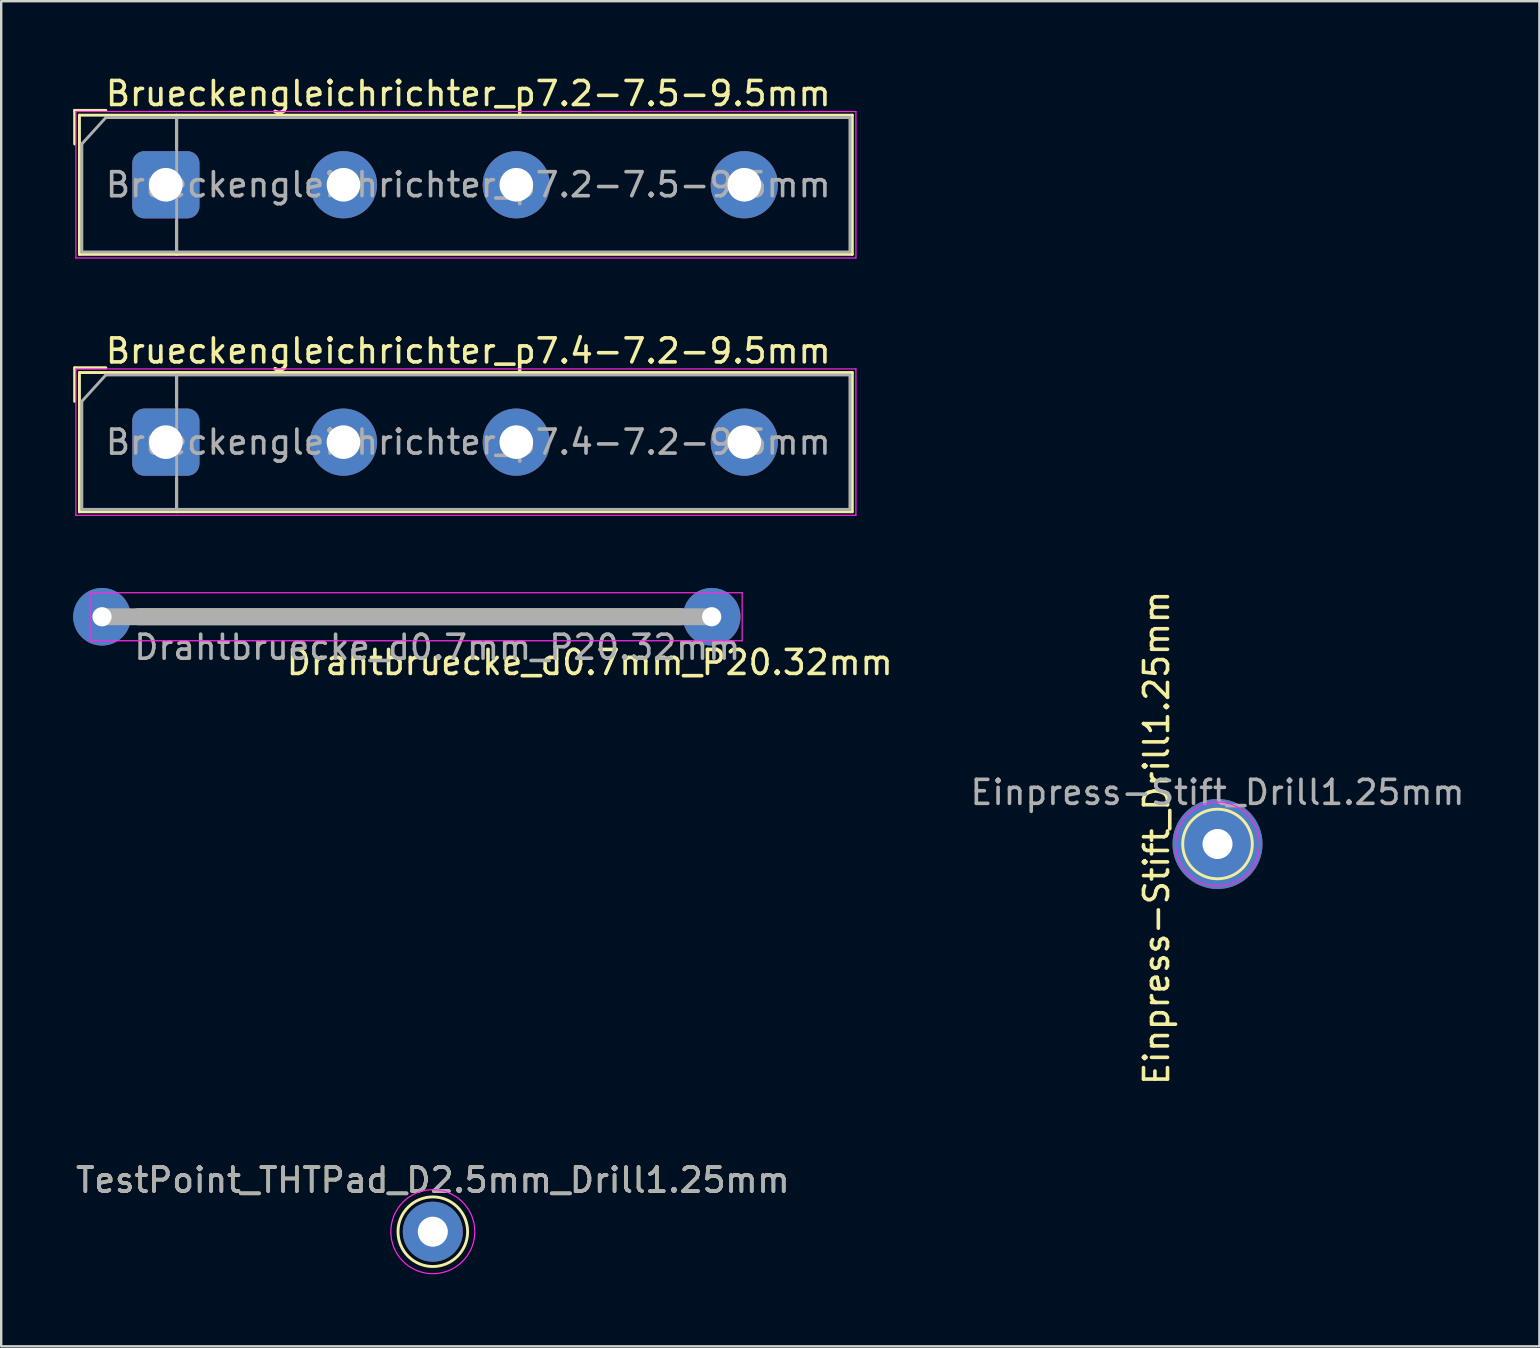
<source format=kicad_pcb>
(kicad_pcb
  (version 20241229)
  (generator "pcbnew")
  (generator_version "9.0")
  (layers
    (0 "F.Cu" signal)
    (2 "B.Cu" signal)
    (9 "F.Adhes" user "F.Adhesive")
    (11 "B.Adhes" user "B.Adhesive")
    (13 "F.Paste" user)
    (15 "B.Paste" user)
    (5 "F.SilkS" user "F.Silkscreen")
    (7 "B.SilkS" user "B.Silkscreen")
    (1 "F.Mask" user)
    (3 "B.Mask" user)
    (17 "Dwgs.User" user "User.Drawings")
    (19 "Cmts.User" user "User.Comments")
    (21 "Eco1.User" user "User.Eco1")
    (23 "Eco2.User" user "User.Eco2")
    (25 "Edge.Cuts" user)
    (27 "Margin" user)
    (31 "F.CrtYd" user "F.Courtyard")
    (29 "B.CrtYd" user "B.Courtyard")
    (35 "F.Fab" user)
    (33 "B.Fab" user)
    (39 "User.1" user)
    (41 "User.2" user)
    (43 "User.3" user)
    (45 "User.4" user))
  (footprint "Drahtbruecke_d0.7mm_P20.32mm"
    (layer "F.Cu")
    (at 1.2 22.646)
    (property "Reference" "Drahtbruecke_d0.7mm_P20.32mm" (at 20.32 1.905 180) (layer "F.SilkS") (effects (font (size 1 1) (thickness 0.15))))
    (attr through_hole)
    (fp_line (start 18.88 0) (end 18.03 0) (stroke (width 0.12) (type solid)) (layer "F.SilkS"))
    (fp_line (start 24.13 0) (end 1.5 0) (stroke (width 0.7) (type solid)) (layer "F.SilkS"))
    (fp_line (start -0.5 -1) (end -0.5 1) (stroke (width 0.05) (type solid)) (layer "F.CrtYd"))
    (fp_line (start -0.5 1) (end 26.67 1) (stroke (width 0.05) (type solid)) (layer "F.CrtYd"))
    (fp_line (start 26.67 -1) (end -0.5 -1) (stroke (width 0.05) (type solid)) (layer "F.CrtYd"))
    (fp_line (start 26.67 1) (end 26.67 -1) (stroke (width 0.05) (type solid)) (layer "F.CrtYd"))
    (fp_line (start 0 0) (end 2.41 0) (stroke (width 0.1) (type solid)) (layer "F.Fab"))
    (fp_line (start 20.32 0) (end 17.91 0) (stroke (width 0.1) (type solid)) (layer "F.Fab"))
    (fp_line (start 25.4 0) (end 0 0) (stroke (width 0.7) (type solid)) (layer "F.Fab"))
    (fp_text user "${REFERENCE}" (at 13.969 1.271 180) (layer "F.Fab") (effects (font (size 1 1) (thickness 0.15))))
    (pad "1" thru_hole circle (at 0 0) (size 2.4 2.4) (drill 0.8) (layers "*.Cu" "*.Mask"))
    (pad "2" thru_hole circle (at 25.4 0) (size 2.4 2.4) (drill 0.8) (layers "*.Cu" "*.Mask")))
  (footprint "Einpress-Stift_Drill1.25mm"
    (layer "F.Cu")
    (at 47.675 32.113)
    (property "Reference" "Einpress-Stift_Drill1.25mm" (at -2.539 -0.255 90) (layer "F.SilkS") (effects (font (size 1 1) (thickness 0.15))))
    (attr through_hole)
    (fp_circle (center 0 0) (end 0 1.45) (stroke (width 0.12) (type solid)) (fill no) (layer "F.SilkS"))
    (fp_circle (center 0 0) (end 1.75 0) (stroke (width 0.05) (type solid)) (fill no) (layer "F.CrtYd"))
    (fp_text user "${REFERENCE}" (at 0 -2.15 0) (layer "F.Fab") (effects (font (size 1 1) (thickness 0.15))))
    (pad "1" thru_hole circle (at 0 0) (size 3.75 3.75) (drill 1.25) (layers "*.Cu" "*.Mask")))
  (footprint "TestPoint_THTPad_D2.5mm_Drill1.25mm"
    (layer "F.Cu")
    (at 14.982 48.266)
    (property "Reference" "TestPoint_THTPad_D2.5mm_Drill1.25mm" (at 0 -2.148 0) (layer "F.SilkS") (effects (font (size 1 1) (thickness 0.15))))
    (attr exclude_from_pos_files exclude_from_bom)
    (fp_circle (center 0 0) (end 0 1.45) (stroke (width 0.12) (type solid)) (fill no) (layer "F.SilkS"))
    (fp_circle (center 0 0) (end 1.75 0) (stroke (width 0.05) (type solid)) (fill no) (layer "F.CrtYd"))
    (fp_text user "${REFERENCE}" (at 0 -2.15 0) (layer "F.Fab") (effects (font (size 1 1) (thickness 0.15))))
    (pad "1" thru_hole circle (at 0 0) (size 2.5 2.5) (drill 1.25) (layers "*.Cu" "*.Mask")))
  (footprint "Brueckengleichrichter_p7.2-7.5-9.5mm"
    (layer "F.Cu")
    (at 3.86 4.648)
    (property "Reference" "Brueckengleichrichter_p7.2-7.5-9.5mm" (at 12.6 -3.8 0) (layer "F.SilkS") (effects (font (size 1 1) (thickness 0.15))))
    (attr through_hole)
    (fp_line (start -3.8 -3.1) (end -2.5 -3.1) (stroke (width 0.12) (type solid)) (layer "F.SilkS"))
    (fp_line (start -3.8 -1.7) (end -3.8 -3.1) (stroke (width 0.12) (type solid)) (layer "F.SilkS"))
    (fp_line (start -3.6 -2.9) (end 28.6 -2.9) (stroke (width 0.12) (type solid)) (layer "F.SilkS"))
    (fp_line (start -3.6 2.9) (end -3.6 -2.9) (stroke (width 0.12) (type solid)) (layer "F.SilkS"))
    (fp_line (start 0.45 -2.9) (end 0.45 -1.5) (stroke (width 0.12) (type solid)) (layer "F.SilkS"))
    (fp_line (start 0.45 2.9) (end 0.45 1.5) (stroke (width 0.12) (type solid)) (layer "F.SilkS"))
    (fp_line (start 28.6 -2.9) (end 28.6 2.9) (stroke (width 0.12) (type solid)) (layer "F.SilkS"))
    (fp_line (start 28.6 2.9) (end -3.6 2.9) (stroke (width 0.12) (type solid)) (layer "F.SilkS"))
    (fp_line (start -3.75 -3.05) (end 28.75 -3.05) (stroke (width 0.05) (type solid)) (layer "F.CrtYd"))
    (fp_line (start -3.75 3.05) (end -3.75 -3.05) (stroke (width 0.05) (type solid)) (layer "F.CrtYd"))
    (fp_line (start 28.75 -3.05) (end 28.75 3.05) (stroke (width 0.05) (type solid)) (layer "F.CrtYd"))
    (fp_line (start 28.75 3.05) (end -3.75 3.05) (stroke (width 0.05) (type solid)) (layer "F.CrtYd"))
    (fp_line (start -3.5 -1.7) (end -3.5 2.8) (stroke (width 0.12) (type solid)) (layer "F.Fab"))
    (fp_line (start -3.5 2.8) (end 28.5 2.8) (stroke (width 0.12) (type solid)) (layer "F.Fab"))
    (fp_line (start -2.5 -2.8) (end -3.5 -1.7) (stroke (width 0.12) (type solid)) (layer "F.Fab"))
    (fp_line (start 0.45 -2.8) (end 0.45 2.8) (stroke (width 0.12) (type solid)) (layer "F.Fab"))
    (fp_line (start 28.5 -2.8) (end -2.5 -2.8) (stroke (width 0.12) (type solid)) (layer "F.Fab"))
    (fp_line (start 28.5 2.8) (end 28.5 -2.8) (stroke (width 0.12) (type solid)) (layer "F.Fab"))
    (fp_text user "${REFERENCE}" (at 12.6 0 0) (layer "F.Fab") (effects (font (size 1 1) (thickness 0.15))))
    (pad "1" thru_hole roundrect (at 0 0) (size 2.8 2.8) (drill 1.4) (layers "*.Cu" "*.Mask") (roundrect_rratio 0.179))
    (pad "2" thru_hole circle (at 7.4 0) (size 2.8 2.8) (drill 1.4) (layers "*.Cu" "*.Mask"))
    (pad "3" thru_hole circle (at 14.6 0) (size 2.8 2.8) (drill 1.4) (layers "*.Cu" "*.Mask"))
    (pad "4" thru_hole circle (at 24.1 0) (size 2.8 2.8) (drill 1.4) (layers "*.Cu" "*.Mask")))
  (footprint "Brueckengleichrichter_p7.4-7.2-9.5mm"
    (layer "F.Cu")
    (at 3.86 15.371)
    (property "Reference" "Brueckengleichrichter_p7.4-7.2-9.5mm" (at 12.6 -3.8 0) (layer "F.SilkS") (effects (font (size 1 1) (thickness 0.15))))
    (attr through_hole)
    (fp_line (start -3.8 -3.1) (end -2.5 -3.1) (stroke (width 0.12) (type solid)) (layer "F.SilkS"))
    (fp_line (start -3.8 -1.7) (end -3.8 -3.1) (stroke (width 0.12) (type solid)) (layer "F.SilkS"))
    (fp_line (start -3.6 -2.9) (end 28.6 -2.9) (stroke (width 0.12) (type solid)) (layer "F.SilkS"))
    (fp_line (start -3.6 2.9) (end -3.6 -2.9) (stroke (width 0.12) (type solid)) (layer "F.SilkS"))
    (fp_line (start 0.45 -2.9) (end 0.45 -1.5) (stroke (width 0.12) (type solid)) (layer "F.SilkS"))
    (fp_line (start 0.45 2.9) (end 0.45 1.5) (stroke (width 0.12) (type solid)) (layer "F.SilkS"))
    (fp_line (start 28.6 -2.9) (end 28.6 2.9) (stroke (width 0.12) (type solid)) (layer "F.SilkS"))
    (fp_line (start 28.6 2.9) (end -3.6 2.9) (stroke (width 0.12) (type solid)) (layer "F.SilkS"))
    (fp_line (start -3.75 -3.05) (end 28.75 -3.05) (stroke (width 0.05) (type solid)) (layer "F.CrtYd"))
    (fp_line (start -3.75 3.05) (end -3.75 -3.05) (stroke (width 0.05) (type solid)) (layer "F.CrtYd"))
    (fp_line (start 28.75 -3.05) (end 28.75 3.05) (stroke (width 0.05) (type solid)) (layer "F.CrtYd"))
    (fp_line (start 28.75 3.05) (end -3.75 3.05) (stroke (width 0.05) (type solid)) (layer "F.CrtYd"))
    (fp_line (start -3.5 -1.7) (end -3.5 2.8) (stroke (width 0.12) (type solid)) (layer "F.Fab"))
    (fp_line (start -3.5 2.8) (end 28.5 2.8) (stroke (width 0.12) (type solid)) (layer "F.Fab"))
    (fp_line (start -2.5 -2.8) (end -3.5 -1.7) (stroke (width 0.12) (type solid)) (layer "F.Fab"))
    (fp_line (start 0.45 -2.8) (end 0.45 2.8) (stroke (width 0.12) (type solid)) (layer "F.Fab"))
    (fp_line (start 28.5 -2.8) (end -2.5 -2.8) (stroke (width 0.12) (type solid)) (layer "F.Fab"))
    (fp_line (start 28.5 2.8) (end 28.5 -2.8) (stroke (width 0.12) (type solid)) (layer "F.Fab"))
    (fp_text user "${REFERENCE}" (at 12.6 0 0) (layer "F.Fab") (effects (font (size 1 1) (thickness 0.15))))
    (pad "1" thru_hole roundrect (at 0 0) (size 2.8 2.8) (drill 1.4) (layers "*.Cu" "*.Mask") (roundrect_rratio 0.179))
    (pad "2" thru_hole circle (at 7.4 0) (size 2.8 2.8) (drill 1.4) (layers "*.Cu" "*.Mask"))
    (pad "3" thru_hole circle (at 14.6 0) (size 2.8 2.8) (drill 1.4) (layers "*.Cu" "*.Mask"))
    (pad "4" thru_hole circle (at 24.1 0) (size 2.8 2.8) (drill 1.4) (layers "*.Cu" "*.Mask")))
  (gr_rect
    (start -3 -3)
    (end 61.085 53.041)
    (stroke (width 0.1) (type default))
    (fill no)
    (layer "Edge.Cuts")))
</source>
